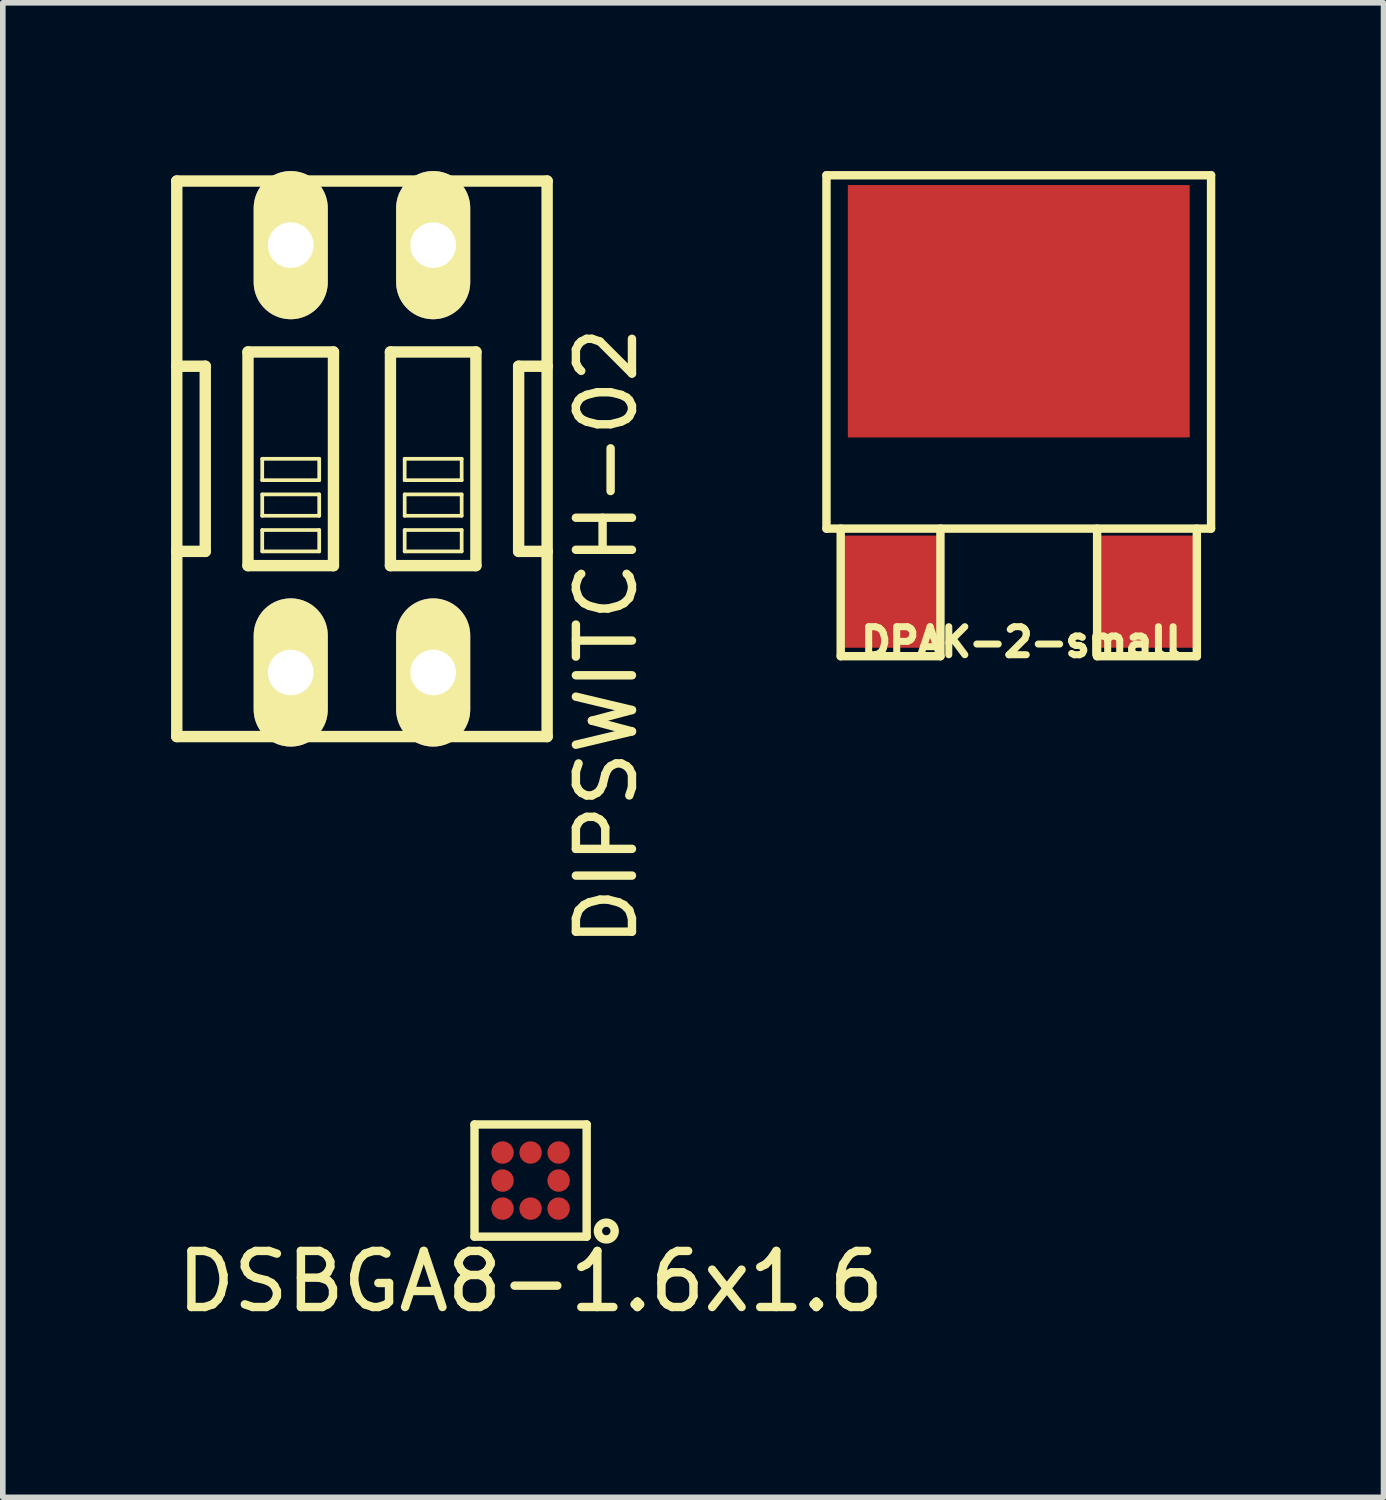
<source format=kicad_pcb>
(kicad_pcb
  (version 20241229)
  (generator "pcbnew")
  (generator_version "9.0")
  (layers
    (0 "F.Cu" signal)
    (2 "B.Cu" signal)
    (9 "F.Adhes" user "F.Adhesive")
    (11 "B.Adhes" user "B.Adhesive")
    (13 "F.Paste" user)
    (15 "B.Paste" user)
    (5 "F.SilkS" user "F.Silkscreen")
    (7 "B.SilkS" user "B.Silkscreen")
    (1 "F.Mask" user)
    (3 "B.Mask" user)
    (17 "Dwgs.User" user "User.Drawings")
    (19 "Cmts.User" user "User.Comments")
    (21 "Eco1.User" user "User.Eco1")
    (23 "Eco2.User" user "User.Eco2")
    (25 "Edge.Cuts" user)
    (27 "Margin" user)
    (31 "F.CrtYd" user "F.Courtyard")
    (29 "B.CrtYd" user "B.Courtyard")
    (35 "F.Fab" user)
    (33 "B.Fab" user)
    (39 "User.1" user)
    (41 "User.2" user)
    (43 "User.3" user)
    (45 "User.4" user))
  (footprint "DIPSWITCH-02"
    (layer "F.Cu")
    (at 3.404 5.131)
    (property "Reference" "DIPSWITCH-02" (at 4.36 3.17 90) (layer "F.SilkS") (effects (font (size 1 1) (thickness 0.15))))
    (attr exclude_from_pos_files exclude_from_bom)
    (fp_line (start -3.302 -4.953) (end -3.302 -1.651) (stroke (width 0.203) (type solid)) (layer "F.SilkS"))
    (fp_line (start -3.302 -1.651) (end -3.302 1.651) (stroke (width 0.203) (type solid)) (layer "F.SilkS"))
    (fp_line (start -3.302 1.651) (end -3.302 4.953) (stroke (width 0.203) (type solid)) (layer "F.SilkS"))
    (fp_line (start -3.302 1.651) (end -2.794 1.651) (stroke (width 0.203) (type solid)) (layer "F.SilkS"))
    (fp_line (start -3.302 4.953) (end 3.302 4.953) (stroke (width 0.203) (type solid)) (layer "F.SilkS"))
    (fp_line (start -2.794 -1.651) (end -3.302 -1.651) (stroke (width 0.203) (type solid)) (layer "F.SilkS"))
    (fp_line (start -2.794 1.651) (end -2.794 -1.651) (stroke (width 0.203) (type solid)) (layer "F.SilkS"))
    (fp_line (start -2.032 -1.905) (end -2.032 1.905) (stroke (width 0.203) (type solid)) (layer "F.SilkS"))
    (fp_line (start -2.032 -1.905) (end -0.508 -1.905) (stroke (width 0.203) (type solid)) (layer "F.SilkS"))
    (fp_line (start -1.778 0) (end -0.762 0) (stroke (width 0.066) (type solid)) (layer "F.SilkS"))
    (fp_line (start -1.778 0.381) (end -1.778 0) (stroke (width 0.066) (type solid)) (layer "F.SilkS"))
    (fp_line (start -1.778 0.381) (end -0.762 0.381) (stroke (width 0.066) (type solid)) (layer "F.SilkS"))
    (fp_line (start -1.778 0.635) (end -0.762 0.635) (stroke (width 0.066) (type solid)) (layer "F.SilkS"))
    (fp_line (start -1.778 1.016) (end -1.778 0.635) (stroke (width 0.066) (type solid)) (layer "F.SilkS"))
    (fp_line (start -1.778 1.016) (end -0.762 1.016) (stroke (width 0.066) (type solid)) (layer "F.SilkS"))
    (fp_line (start -1.778 1.27) (end -0.762 1.27) (stroke (width 0.066) (type solid)) (layer "F.SilkS"))
    (fp_line (start -1.778 1.651) (end -1.778 1.27) (stroke (width 0.066) (type solid)) (layer "F.SilkS"))
    (fp_line (start -1.778 1.651) (end -0.762 1.651) (stroke (width 0.066) (type solid)) (layer "F.SilkS"))
    (fp_line (start -0.762 0.381) (end -0.762 0) (stroke (width 0.066) (type solid)) (layer "F.SilkS"))
    (fp_line (start -0.762 1.016) (end -0.762 0.635) (stroke (width 0.066) (type solid)) (layer "F.SilkS"))
    (fp_line (start -0.762 1.651) (end -0.762 1.27) (stroke (width 0.066) (type solid)) (layer "F.SilkS"))
    (fp_line (start -0.508 1.905) (end -2.032 1.905) (stroke (width 0.203) (type solid)) (layer "F.SilkS"))
    (fp_line (start -0.508 1.905) (end -0.508 -1.905) (stroke (width 0.203) (type solid)) (layer "F.SilkS"))
    (fp_line (start 0.508 -1.905) (end 0.508 1.905) (stroke (width 0.203) (type solid)) (layer "F.SilkS"))
    (fp_line (start 0.508 -1.905) (end 2.032 -1.905) (stroke (width 0.203) (type solid)) (layer "F.SilkS"))
    (fp_line (start 0.762 0) (end 1.778 0) (stroke (width 0.066) (type solid)) (layer "F.SilkS"))
    (fp_line (start 0.762 0.381) (end 0.762 0) (stroke (width 0.066) (type solid)) (layer "F.SilkS"))
    (fp_line (start 0.762 0.381) (end 1.778 0.381) (stroke (width 0.066) (type solid)) (layer "F.SilkS"))
    (fp_line (start 0.762 0.635) (end 1.778 0.635) (stroke (width 0.066) (type solid)) (layer "F.SilkS"))
    (fp_line (start 0.762 1.016) (end 0.762 0.635) (stroke (width 0.066) (type solid)) (layer "F.SilkS"))
    (fp_line (start 0.762 1.016) (end 1.778 1.016) (stroke (width 0.066) (type solid)) (layer "F.SilkS"))
    (fp_line (start 0.762 1.27) (end 1.778 1.27) (stroke (width 0.066) (type solid)) (layer "F.SilkS"))
    (fp_line (start 0.762 1.651) (end 0.762 1.27) (stroke (width 0.066) (type solid)) (layer "F.SilkS"))
    (fp_line (start 0.762 1.651) (end 1.778 1.651) (stroke (width 0.066) (type solid)) (layer "F.SilkS"))
    (fp_line (start 1.778 0.381) (end 1.778 0) (stroke (width 0.066) (type solid)) (layer "F.SilkS"))
    (fp_line (start 1.778 1.016) (end 1.778 0.635) (stroke (width 0.066) (type solid)) (layer "F.SilkS"))
    (fp_line (start 1.778 1.651) (end 1.778 1.27) (stroke (width 0.066) (type solid)) (layer "F.SilkS"))
    (fp_line (start 2.032 1.905) (end 0.508 1.905) (stroke (width 0.203) (type solid)) (layer "F.SilkS"))
    (fp_line (start 2.032 1.905) (end 2.032 -1.905) (stroke (width 0.203) (type solid)) (layer "F.SilkS"))
    (fp_line (start 2.794 -1.651) (end 2.794 1.651) (stroke (width 0.203) (type solid)) (layer "F.SilkS"))
    (fp_line (start 2.794 1.651) (end 3.302 1.651) (stroke (width 0.203) (type solid)) (layer "F.SilkS"))
    (fp_line (start 3.302 -4.953) (end -3.302 -4.953) (stroke (width 0.203) (type solid)) (layer "F.SilkS"))
    (fp_line (start 3.302 -1.651) (end 2.794 -1.651) (stroke (width 0.203) (type solid)) (layer "F.SilkS"))
    (fp_line (start 3.302 -1.651) (end 3.302 -4.953) (stroke (width 0.203) (type solid)) (layer "F.SilkS"))
    (fp_line (start 3.302 1.651) (end 3.302 -1.651) (stroke (width 0.203) (type solid)) (layer "F.SilkS"))
    (fp_line (start 3.302 4.953) (end 3.302 1.651) (stroke (width 0.203) (type solid)) (layer "F.SilkS"))
    (pad "1" thru_hole oval (at -1.27 3.81) (size 1.321 2.642) (drill 0.813) (layers "*.Cu" "*.Mask" "F.SilkS" "F.Paste"))
    (pad "2" thru_hole oval (at 1.27 3.81) (size 1.321 2.642) (drill 0.813) (layers "*.Cu" "*.Mask" "F.SilkS" "F.Paste"))
    (pad "3" thru_hole oval (at 1.27 -3.81) (size 1.321 2.642) (drill 0.813) (layers "*.Cu" "*.Mask" "F.SilkS" "F.Paste"))
    (pad "4" thru_hole oval (at -1.27 -3.81) (size 1.321 2.642) (drill 0.813) (layers "*.Cu" "*.Mask" "F.SilkS" "F.Paste")))
  (footprint "DSBGA8-1.6x1.6"
    (layer "F.Cu")
    (at 6.411 18.001)
    (property "Reference" "DSBGA8-1.6x1.6" (at 0 1.8 0) (layer "F.SilkS") (effects (font (size 1 1) (thickness 0.15))))
    (attr through_hole)
    (fp_line (start -1 -1) (end 1 -1) (stroke (width 0.15) (type solid)) (layer "F.SilkS"))
    (fp_line (start -1 1) (end -1 -1) (stroke (width 0.15) (type solid)) (layer "F.SilkS"))
    (fp_line (start 1 -1) (end 1 1) (stroke (width 0.15) (type solid)) (layer "F.SilkS"))
    (fp_line (start 1 1) (end -1 1) (stroke (width 0.15) (type solid)) (layer "F.SilkS"))
    (fp_circle (center 1.35 0.9) (end 1.5 0.9) (stroke (width 0.15) (type solid)) (fill no) (layer "F.SilkS"))
    (pad "A1" smd circle (at 0.5 0.5) (size 0.4 0.4) (layers "F.Cu" "F.Mask" "F.Paste"))
    (pad "A2" smd circle (at 0 0.5) (size 0.4 0.4) (layers "F.Cu" "F.Mask" "F.Paste"))
    (pad "A3" smd circle (at -0.5 0.5) (size 0.4 0.4) (layers "F.Cu" "F.Mask" "F.Paste"))
    (pad "B1" smd circle (at 0.5 0) (size 0.4 0.4) (layers "F.Cu" "F.Mask" "F.Paste"))
    (pad "B3" smd circle (at -0.5 0) (size 0.4 0.4) (layers "F.Cu" "F.Mask" "F.Paste"))
    (pad "C1" smd circle (at 0.5 -0.5) (size 0.4 0.4) (layers "F.Cu" "F.Mask" "F.Paste"))
    (pad "C2" smd circle (at 0 -0.5) (size 0.4 0.4) (layers "F.Cu" "F.Mask" "F.Paste"))
    (pad "C3" smd circle (at -0.5 -0.5) (size 0.4 0.4) (layers "F.Cu" "F.Mask" "F.Paste")))
  (footprint "DPAK-2-small"
    (layer "F.Cu")
    (at 15.116 7.5)
    (property "Reference" "DPAK-2-small" (at 0.05 0.9 0) (layer "F.SilkS") (effects (font (size 0.5 0.5) (thickness 0.125))))
    (attr smd)
    (fp_line (start -3.429 -7.425) (end 3.429 -7.425) (stroke (width 0.15) (type solid)) (layer "F.SilkS"))
    (fp_line (start -3.429 -1.124) (end -3.429 -7.425) (stroke (width 0.15) (type solid)) (layer "F.SilkS"))
    (fp_line (start -3.175 -1.124) (end -3.175 1.151) (stroke (width 0.15) (type solid)) (layer "F.SilkS"))
    (fp_line (start -3.175 1.151) (end -1.397 1.151) (stroke (width 0.15) (type solid)) (layer "F.SilkS"))
    (fp_line (start -1.397 1.151) (end -1.397 -1.124) (stroke (width 0.15) (type solid)) (layer "F.SilkS"))
    (fp_line (start 1.397 -1.124) (end 1.397 1.151) (stroke (width 0.15) (type solid)) (layer "F.SilkS"))
    (fp_line (start 1.397 1.151) (end 3.175 1.151) (stroke (width 0.15) (type solid)) (layer "F.SilkS"))
    (fp_line (start 3.175 1.151) (end 3.175 -1.124) (stroke (width 0.15) (type solid)) (layer "F.SilkS"))
    (fp_line (start 3.429 -7.425) (end 3.429 -1.124) (stroke (width 0.15) (type solid)) (layer "F.SilkS"))
    (fp_line (start 3.429 -1.124) (end -3.429 -1.124) (stroke (width 0.15) (type solid)) (layer "F.SilkS"))
    (pad "1" smd rect (at -2.286 0) (size 1.651 2) (layers "F.Cu" "F.Mask" "F.Paste"))
    (pad "2" smd rect (at 0 -5) (size 6.096 4.5) (layers "F.Cu" "F.Mask" "F.Paste"))
    (pad "3" smd rect (at 2.286 0) (size 1.651 2) (layers "F.Cu" "F.Mask" "F.Paste")))
  (gr_rect
    (start -3 -3)
    (end 21.62 23.649)
    (stroke (width 0.1) (type default))
    (fill no)
    (layer "Edge.Cuts")))
</source>
